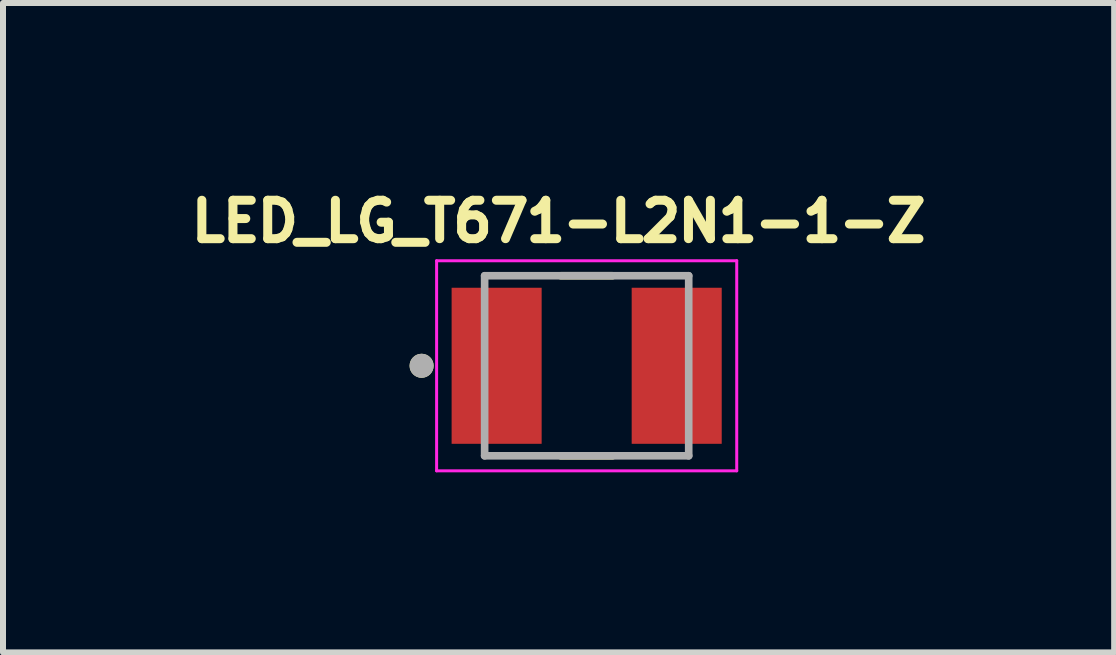
<source format=kicad_pcb>
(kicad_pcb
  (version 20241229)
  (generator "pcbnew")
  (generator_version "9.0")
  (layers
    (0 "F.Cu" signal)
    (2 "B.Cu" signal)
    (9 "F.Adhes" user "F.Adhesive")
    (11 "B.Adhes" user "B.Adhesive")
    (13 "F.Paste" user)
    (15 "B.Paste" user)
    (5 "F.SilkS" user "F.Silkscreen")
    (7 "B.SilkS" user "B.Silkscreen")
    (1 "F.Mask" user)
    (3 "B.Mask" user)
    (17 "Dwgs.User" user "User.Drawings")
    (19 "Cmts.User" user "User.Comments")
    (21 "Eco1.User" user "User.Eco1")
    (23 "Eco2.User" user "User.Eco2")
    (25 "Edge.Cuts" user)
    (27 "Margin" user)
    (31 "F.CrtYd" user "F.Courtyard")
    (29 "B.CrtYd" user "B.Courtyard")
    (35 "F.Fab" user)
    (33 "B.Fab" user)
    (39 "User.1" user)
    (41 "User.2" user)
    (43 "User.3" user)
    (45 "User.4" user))
  (footprint "LED_LG_T671-L2N1-1-Z"
    (layer "F.Cu")
    (at 6.724 3.044)
    (property "Reference" "LED_LG_T671-L2N1-1-Z" (at -0.468 -2.406 0) (layer "F.SilkS") (effects (font (size 0.64 0.64) (thickness 0.15))))
    (attr smd)
    (fp_line (start -0.43 -1.5) (end 0.43 -1.5) (stroke (width 0.127) (type solid)) (layer "F.SilkS"))
    (fp_line (start -0.43 1.5) (end 0.43 1.5) (stroke (width 0.127) (type solid)) (layer "F.SilkS"))
    (fp_circle (center -2.75 0) (end -2.65 0) (stroke (width 0.2) (type solid)) (fill no) (layer "F.SilkS"))
    (fp_line (start -2.5 -1.75) (end -2.5 1.75) (stroke (width 0.05) (type solid)) (layer "F.CrtYd"))
    (fp_line (start -2.5 1.75) (end 2.5 1.75) (stroke (width 0.05) (type solid)) (layer "F.CrtYd"))
    (fp_line (start 2.5 -1.75) (end -2.5 -1.75) (stroke (width 0.05) (type solid)) (layer "F.CrtYd"))
    (fp_line (start 2.5 1.75) (end 2.5 -1.75) (stroke (width 0.05) (type solid)) (layer "F.CrtYd"))
    (fp_line (start -1.7 -1.5) (end -1.7 1.5) (stroke (width 0.127) (type solid)) (layer "F.Fab"))
    (fp_line (start -1.7 -1.5) (end 1.7 -1.5) (stroke (width 0.127) (type solid)) (layer "F.Fab"))
    (fp_line (start -1.7 1.5) (end 1.7 1.5) (stroke (width 0.127) (type solid)) (layer "F.Fab"))
    (fp_line (start 1.7 -1.5) (end 1.7 1.5) (stroke (width 0.127) (type solid)) (layer "F.Fab"))
    (fp_circle (center -2.75 0) (end -2.65 0) (stroke (width 0.2) (type solid)) (fill no) (layer "F.Fab"))
    (pad "1" smd rect (at -1.5 0) (size 1.5 2.6) (layers "F.Cu" "F.Mask" "F.Paste"))
    (pad "2" smd rect (at 1.5 0) (size 1.5 2.6) (layers "F.Cu" "F.Mask" "F.Paste")))
  (gr_rect
    (start -3 -3)
    (end 15.512 7.819)
    (stroke (width 0.1) (type default))
    (fill no)
    (layer "Edge.Cuts")))
</source>
